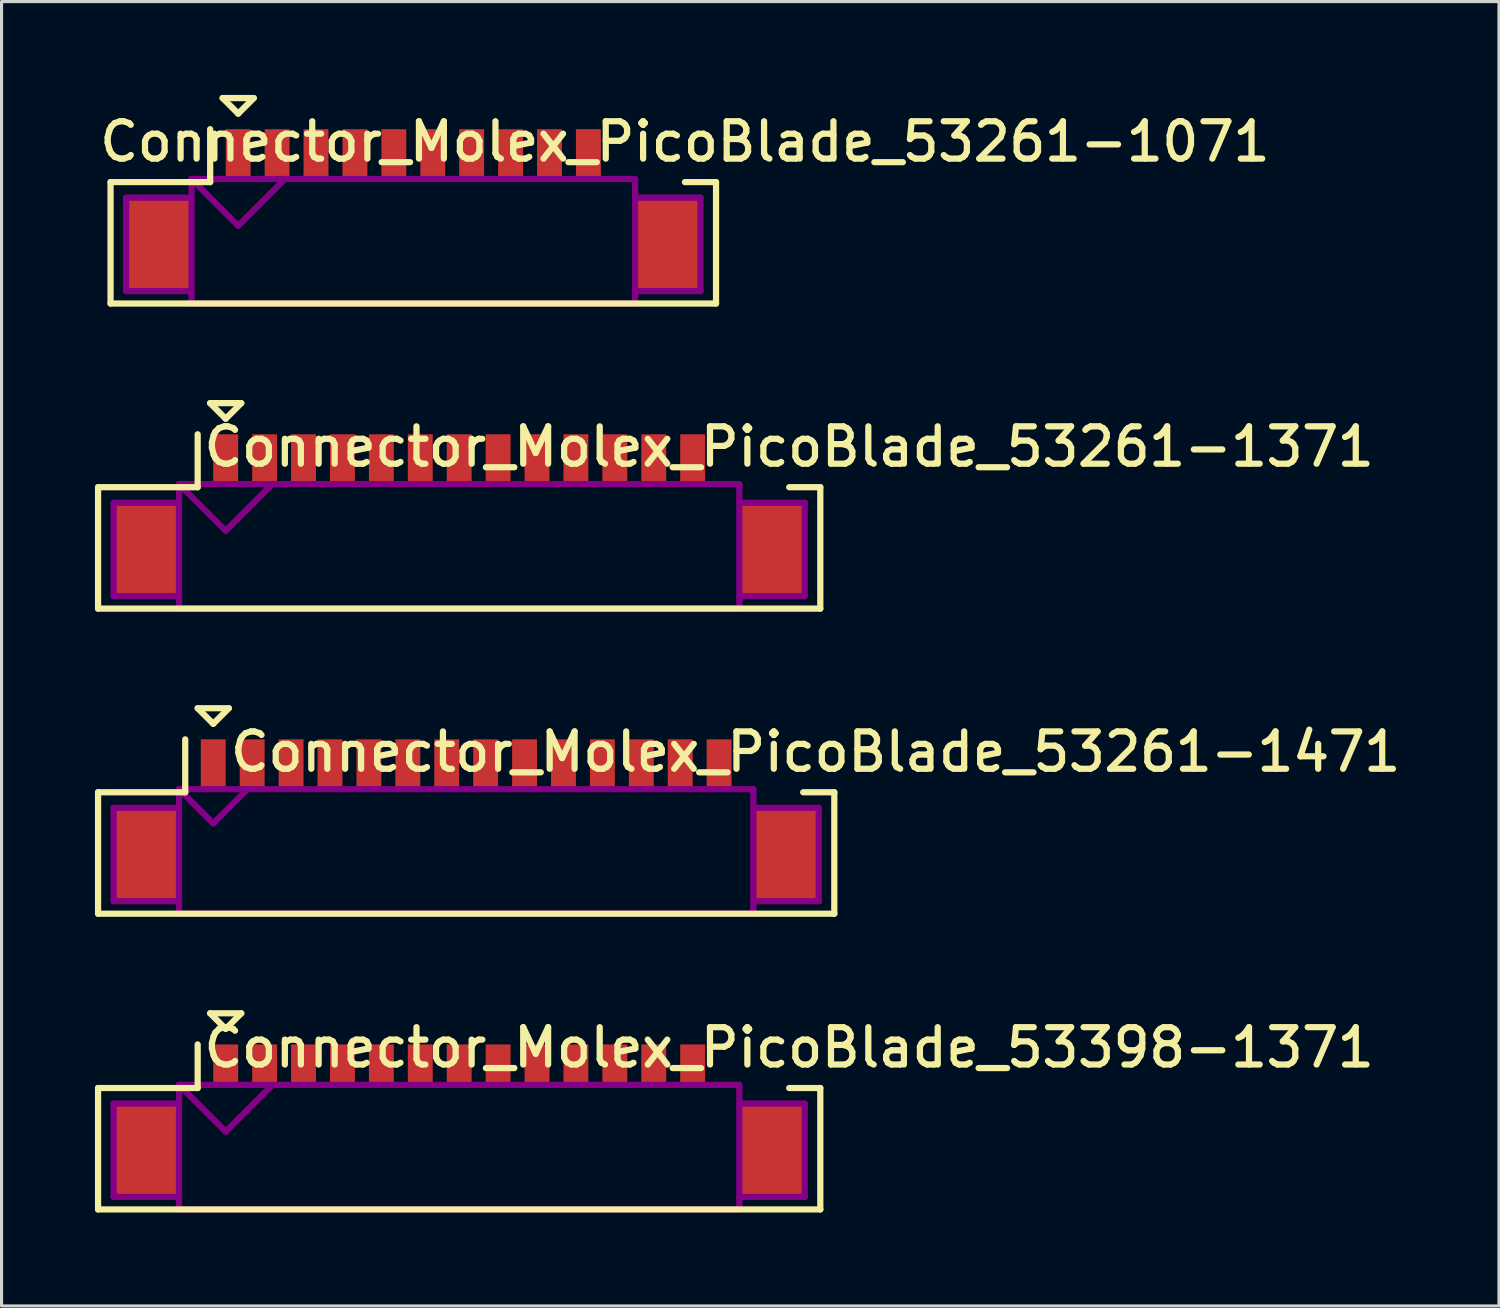
<source format=kicad_pcb>
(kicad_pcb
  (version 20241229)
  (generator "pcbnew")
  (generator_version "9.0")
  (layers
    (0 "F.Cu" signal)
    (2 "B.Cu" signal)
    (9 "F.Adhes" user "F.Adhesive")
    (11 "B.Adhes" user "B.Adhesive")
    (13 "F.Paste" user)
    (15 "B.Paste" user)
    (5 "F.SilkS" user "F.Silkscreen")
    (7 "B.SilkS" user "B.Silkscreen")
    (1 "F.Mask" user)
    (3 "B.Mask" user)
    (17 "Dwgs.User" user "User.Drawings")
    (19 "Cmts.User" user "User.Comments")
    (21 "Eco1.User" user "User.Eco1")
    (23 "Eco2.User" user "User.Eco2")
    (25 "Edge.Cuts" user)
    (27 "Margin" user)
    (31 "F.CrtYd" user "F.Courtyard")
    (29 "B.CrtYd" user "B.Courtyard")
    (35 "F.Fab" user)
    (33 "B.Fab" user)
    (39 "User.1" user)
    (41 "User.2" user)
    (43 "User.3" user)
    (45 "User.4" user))
  (footprint "Connector_Molex_PicoBlade_53261-1071"
    (layer "F.Cu")
    (at 10.226 4.8)
    (property "Reference" "Connector_Molex_PicoBlade_53261-1071" (at 8.725 -3.3 0) (layer "F.SilkS") (effects (font (size 1.2 1.2) (thickness 0.2))))
    (attr through_hole)
    (fp_line (start -9.725 -2) (end -9.725 1.9) (stroke (width 0.2) (type solid)) (layer "F.SilkS"))
    (fp_line (start -9.725 1.9) (end 9.725 1.9) (stroke (width 0.2) (type solid)) (layer "F.SilkS"))
    (fp_line (start -6.525 -3.7) (end -6.525 -2) (stroke (width 0.2) (type solid)) (layer "F.SilkS"))
    (fp_line (start -6.525 -2) (end -9.725 -2) (stroke (width 0.2) (type solid)) (layer "F.SilkS"))
    (fp_line (start -6.125 -4.7) (end -5.125 -4.7) (stroke (width 0.2) (type solid)) (layer "F.SilkS"))
    (fp_line (start -5.625 -4.2) (end -6.125 -4.7) (stroke (width 0.2) (type solid)) (layer "F.SilkS"))
    (fp_line (start -5.125 -4.7) (end -5.625 -4.2) (stroke (width 0.2) (type solid)) (layer "F.SilkS"))
    (fp_line (start 9.725 -2) (end 8.725 -2) (stroke (width 0.2) (type solid)) (layer "F.SilkS"))
    (fp_line (start 9.725 1.9) (end 9.725 -2) (stroke (width 0.2) (type solid)) (layer "F.SilkS"))
    (fp_line (start -9.225 -1.5) (end -9.225 1.5) (stroke (width 0.2) (type solid)) (layer "F.Adhes"))
    (fp_line (start -9.225 1.5) (end -7.125 1.5) (stroke (width 0.2) (type solid)) (layer "F.Adhes"))
    (fp_line (start -7.125 -2.1) (end -7.125 1.9) (stroke (width 0.2) (type solid)) (layer "F.Adhes"))
    (fp_line (start -7.125 -2.1) (end -5.625 -0.6) (stroke (width 0.2) (type solid)) (layer "F.Adhes"))
    (fp_line (start -7.125 -1.5) (end -9.225 -1.5) (stroke (width 0.2) (type solid)) (layer "F.Adhes"))
    (fp_line (start -7.125 1.9) (end 7.125 1.9) (stroke (width 0.2) (type solid)) (layer "F.Adhes"))
    (fp_line (start -5.625 -0.6) (end -4.125 -2.1) (stroke (width 0.2) (type solid)) (layer "F.Adhes"))
    (fp_line (start 7.125 -2.1) (end -7.125 -2.1) (stroke (width 0.2) (type solid)) (layer "F.Adhes"))
    (fp_line (start 7.125 -1.5) (end 9.225 -1.5) (stroke (width 0.2) (type solid)) (layer "F.Adhes"))
    (fp_line (start 7.125 1.9) (end 7.125 -2.1) (stroke (width 0.2) (type solid)) (layer "F.Adhes"))
    (fp_line (start 9.225 -1.5) (end 9.225 1.5) (stroke (width 0.2) (type solid)) (layer "F.Adhes"))
    (fp_line (start 9.225 1.5) (end 7.125 1.5) (stroke (width 0.2) (type solid)) (layer "F.Adhes"))
    (pad "" smd rect (at -8.175 0) (size 2.1 3) (layers "F.Cu" "F.Mask" "F.Paste"))
    (pad "" smd rect (at 8.175 0) (size 2.1 3) (layers "F.Cu" "F.Mask" "F.Paste"))
    (pad "1" smd rect (at -5.625 -2.9) (size 0.8 1.6) (layers "F.Cu" "F.Mask" "F.Paste"))
    (pad "2" smd rect (at -4.375 -2.9) (size 0.8 1.6) (layers "F.Cu" "F.Mask" "F.Paste"))
    (pad "3" smd rect (at -3.125 -2.9) (size 0.8 1.6) (layers "F.Cu" "F.Mask" "F.Paste"))
    (pad "4" smd rect (at -1.875 -2.9) (size 0.8 1.6) (layers "F.Cu" "F.Mask" "F.Paste"))
    (pad "5" smd rect (at -0.625 -2.9) (size 0.8 1.6) (layers "F.Cu" "F.Mask" "F.Paste"))
    (pad "6" smd rect (at 0.625 -2.9) (size 0.8 1.6) (layers "F.Cu" "F.Mask" "F.Paste"))
    (pad "7" smd rect (at 1.875 -2.9) (size 0.8 1.6) (layers "F.Cu" "F.Mask" "F.Paste"))
    (pad "8" smd rect (at 3.125 -2.9) (size 0.8 1.6) (layers "F.Cu" "F.Mask" "F.Paste"))
    (pad "9" smd rect (at 4.375 -2.9) (size 0.8 1.6) (layers "F.Cu" "F.Mask" "F.Paste"))
    (pad "10" smd rect (at 5.625 -2.9) (size 0.8 1.6) (layers "F.Cu" "F.Mask" "F.Paste")))
  (footprint "Connector_Molex_PicoBlade_53261-1471"
    (layer "F.Cu")
    (at 11.925 24.4)
    (property "Reference" "Connector_Molex_PicoBlade_53261-1471" (at 11.225 -3.3 0) (layer "F.SilkS") (effects (font (size 1.2 1.2) (thickness 0.2))))
    (attr through_hole)
    (fp_line (start -11.825 -2) (end -11.825 1.9) (stroke (width 0.2) (type solid)) (layer "F.SilkS"))
    (fp_line (start -11.825 1.9) (end 11.825 1.9) (stroke (width 0.2) (type solid)) (layer "F.SilkS"))
    (fp_line (start -9.025 -3.7) (end -9.025 -2) (stroke (width 0.2) (type solid)) (layer "F.SilkS"))
    (fp_line (start -9.025 -2) (end -11.825 -2) (stroke (width 0.2) (type solid)) (layer "F.SilkS"))
    (fp_line (start -8.625 -4.7) (end -7.625 -4.7) (stroke (width 0.2) (type solid)) (layer "F.SilkS"))
    (fp_line (start -8.125 -4.2) (end -8.625 -4.7) (stroke (width 0.2) (type solid)) (layer "F.SilkS"))
    (fp_line (start -7.625 -4.7) (end -8.125 -4.2) (stroke (width 0.2) (type solid)) (layer "F.SilkS"))
    (fp_line (start 11.825 -2) (end 10.825 -2) (stroke (width 0.2) (type solid)) (layer "F.SilkS"))
    (fp_line (start 11.825 1.9) (end 11.825 -2) (stroke (width 0.2) (type solid)) (layer "F.SilkS"))
    (fp_line (start -11.325 -1.5) (end -11.325 1.5) (stroke (width 0.2) (type solid)) (layer "F.Adhes"))
    (fp_line (start -11.325 1.5) (end -9.225 1.5) (stroke (width 0.2) (type solid)) (layer "F.Adhes"))
    (fp_line (start -9.225 -2.1) (end -9.225 1.9) (stroke (width 0.2) (type solid)) (layer "F.Adhes"))
    (fp_line (start -9.225 -2.1) (end -8.125 -1) (stroke (width 0.2) (type solid)) (layer "F.Adhes"))
    (fp_line (start -9.225 -1.5) (end -11.325 -1.5) (stroke (width 0.2) (type solid)) (layer "F.Adhes"))
    (fp_line (start -9.225 1.9) (end 9.225 1.9) (stroke (width 0.2) (type solid)) (layer "F.Adhes"))
    (fp_line (start -8.125 -1) (end -7.025 -2.1) (stroke (width 0.2) (type solid)) (layer "F.Adhes"))
    (fp_line (start 9.225 -2.1) (end -9.225 -2.1) (stroke (width 0.2) (type solid)) (layer "F.Adhes"))
    (fp_line (start 9.225 -1.5) (end 11.325 -1.5) (stroke (width 0.2) (type solid)) (layer "F.Adhes"))
    (fp_line (start 9.225 1.9) (end 9.225 -2.1) (stroke (width 0.2) (type solid)) (layer "F.Adhes"))
    (fp_line (start 11.325 -1.5) (end 11.325 1.5) (stroke (width 0.2) (type solid)) (layer "F.Adhes"))
    (fp_line (start 11.325 1.5) (end 9.225 1.5) (stroke (width 0.2) (type solid)) (layer "F.Adhes"))
    (pad "" smd rect (at -10.275 0) (size 2.1 3) (layers "F.Cu" "F.Mask"))
    (pad "" smd rect (at 10.275 0) (size 2.1 3) (layers "F.Cu" "F.Mask"))
    (pad "1" smd rect (at -8.125 -2.9) (size 0.8 1.6) (layers "F.Cu" "F.Mask"))
    (pad "2" smd rect (at -6.875 -2.9) (size 0.8 1.6) (layers "F.Cu" "F.Mask"))
    (pad "3" smd rect (at -5.625 -2.9) (size 0.8 1.6) (layers "F.Cu" "F.Mask"))
    (pad "4" smd rect (at -4.375 -2.9) (size 0.8 1.6) (layers "F.Cu" "F.Mask"))
    (pad "5" smd rect (at -3.125 -2.9) (size 0.8 1.6) (layers "F.Cu" "F.Mask"))
    (pad "6" smd rect (at -1.875 -2.9) (size 0.8 1.6) (layers "F.Cu" "F.Mask"))
    (pad "7" smd rect (at -0.625 -2.9) (size 0.8 1.6) (layers "F.Cu" "F.Mask"))
    (pad "8" smd rect (at 0.625 -2.9) (size 0.8 1.6) (layers "F.Cu" "F.Mask"))
    (pad "9" smd rect (at 1.875 -2.9) (size 0.8 1.6) (layers "F.Cu" "F.Mask"))
    (pad "10" smd rect (at 3.125 -2.9) (size 0.8 1.6) (layers "F.Cu" "F.Mask"))
    (pad "11" smd rect (at 4.375 -2.9) (size 0.8 1.6) (layers "F.Cu" "F.Mask"))
    (pad "12" smd rect (at 5.625 -2.9) (size 0.8 1.6) (layers "F.Cu" "F.Mask"))
    (pad "13" smd rect (at 6.875 -2.9) (size 0.8 1.6) (layers "F.Cu" "F.Mask"))
    (pad "14" smd rect (at 8.125 -2.9) (size 0.8 1.6) (layers "F.Cu" "F.Mask")))
  (footprint "Connector_Molex_PicoBlade_53261-1371"
    (layer "F.Cu")
    (at 11.7 14.6)
    (property "Reference" "Connector_Molex_PicoBlade_53261-1371" (at 10.6 -3.3 0) (layer "F.SilkS") (effects (font (size 1.2 1.2) (thickness 0.2))))
    (attr through_hole)
    (fp_line (start -11.6 -2) (end -11.6 1.9) (stroke (width 0.2) (type solid)) (layer "F.SilkS"))
    (fp_line (start -11.6 1.9) (end 11.6 1.9) (stroke (width 0.2) (type solid)) (layer "F.SilkS"))
    (fp_line (start -8.4 -3.7) (end -8.4 -2) (stroke (width 0.2) (type solid)) (layer "F.SilkS"))
    (fp_line (start -8.4 -2) (end -11.6 -2) (stroke (width 0.2) (type solid)) (layer "F.SilkS"))
    (fp_line (start -8 -4.7) (end -7 -4.7) (stroke (width 0.2) (type solid)) (layer "F.SilkS"))
    (fp_line (start -7.5 -4.2) (end -8 -4.7) (stroke (width 0.2) (type solid)) (layer "F.SilkS"))
    (fp_line (start -7 -4.7) (end -7.5 -4.2) (stroke (width 0.2) (type solid)) (layer "F.SilkS"))
    (fp_line (start 11.6 -2) (end 10.6 -2) (stroke (width 0.2) (type solid)) (layer "F.SilkS"))
    (fp_line (start 11.6 1.9) (end 11.6 -2) (stroke (width 0.2) (type solid)) (layer "F.SilkS"))
    (fp_line (start -11.1 -1.5) (end -11.1 1.5) (stroke (width 0.2) (type solid)) (layer "F.Adhes"))
    (fp_line (start -11.1 1.5) (end -9 1.5) (stroke (width 0.2) (type solid)) (layer "F.Adhes"))
    (fp_line (start -9 -2.1) (end -9 1.9) (stroke (width 0.2) (type solid)) (layer "F.Adhes"))
    (fp_line (start -9 -2.1) (end -7.5 -0.6) (stroke (width 0.2) (type solid)) (layer "F.Adhes"))
    (fp_line (start -9 -1.5) (end -11.1 -1.5) (stroke (width 0.2) (type solid)) (layer "F.Adhes"))
    (fp_line (start -9 1.9) (end 9 1.9) (stroke (width 0.2) (type solid)) (layer "F.Adhes"))
    (fp_line (start -7.5 -0.6) (end -6 -2.1) (stroke (width 0.2) (type solid)) (layer "F.Adhes"))
    (fp_line (start 9 -2.1) (end -9 -2.1) (stroke (width 0.2) (type solid)) (layer "F.Adhes"))
    (fp_line (start 9 -1.5) (end 11.1 -1.5) (stroke (width 0.2) (type solid)) (layer "F.Adhes"))
    (fp_line (start 9 1.9) (end 9 -2.1) (stroke (width 0.2) (type solid)) (layer "F.Adhes"))
    (fp_line (start 11.1 -1.5) (end 11.1 1.5) (stroke (width 0.2) (type solid)) (layer "F.Adhes"))
    (fp_line (start 11.1 1.5) (end 9 1.5) (stroke (width 0.2) (type solid)) (layer "F.Adhes"))
    (pad "" smd rect (at -10.05 0) (size 2.1 3) (layers "F.Cu" "F.Mask" "F.Paste"))
    (pad "" smd rect (at 10.05 0) (size 2.1 3) (layers "F.Cu" "F.Mask" "F.Paste"))
    (pad "1" smd rect (at -7.5 -2.9) (size 0.8 1.6) (layers "F.Cu" "F.Mask" "F.Paste"))
    (pad "2" smd rect (at -6.25 -2.9) (size 0.8 1.6) (layers "F.Cu" "F.Mask" "F.Paste"))
    (pad "3" smd rect (at -5 -2.9) (size 0.8 1.6) (layers "F.Cu" "F.Mask" "F.Paste"))
    (pad "4" smd rect (at -3.75 -2.9) (size 0.8 1.6) (layers "F.Cu" "F.Mask" "F.Paste"))
    (pad "5" smd rect (at -2.5 -2.9) (size 0.8 1.6) (layers "F.Cu" "F.Mask" "F.Paste"))
    (pad "6" smd rect (at -1.25 -2.9) (size 0.8 1.6) (layers "F.Cu" "F.Mask" "F.Paste"))
    (pad "7" smd rect (at 0 -2.9) (size 0.8 1.6) (layers "F.Cu" "F.Mask" "F.Paste"))
    (pad "8" smd rect (at 1.25 -2.9) (size 0.8 1.6) (layers "F.Cu" "F.Mask" "F.Paste"))
    (pad "9" smd rect (at 2.5 -2.9) (size 0.8 1.6) (layers "F.Cu" "F.Mask" "F.Paste"))
    (pad "10" smd rect (at 3.75 -2.9) (size 0.8 1.6) (layers "F.Cu" "F.Mask" "F.Paste"))
    (pad "11" smd rect (at 5 -2.9) (size 0.8 1.6) (layers "F.Cu" "F.Mask" "F.Paste"))
    (pad "12" smd rect (at 6.25 -2.9) (size 0.8 1.6) (layers "F.Cu" "F.Mask" "F.Paste"))
    (pad "13" smd rect (at 7.5 -2.9) (size 0.8 1.6) (layers "F.Cu" "F.Mask" "F.Paste")))
  (footprint "Connector_Molex_PicoBlade_53398-1371"
    (layer "F.Cu")
    (at 11.7 33.9)
    (property "Reference" "Connector_Molex_PicoBlade_53398-1371" (at 10.6 -3.3 0) (layer "F.SilkS") (effects (font (size 1.2 1.2) (thickness 0.2))))
    (attr through_hole)
    (fp_line (start -11.6 -2) (end -11.6 1.9) (stroke (width 0.2) (type solid)) (layer "F.SilkS"))
    (fp_line (start -11.6 1.9) (end 11.6 1.9) (stroke (width 0.2) (type solid)) (layer "F.SilkS"))
    (fp_line (start -8.4 -3.4) (end -8.4 -2) (stroke (width 0.2) (type solid)) (layer "F.SilkS"))
    (fp_line (start -8.4 -2) (end -11.6 -2) (stroke (width 0.2) (type solid)) (layer "F.SilkS"))
    (fp_line (start -8 -4.4) (end -7 -4.4) (stroke (width 0.2) (type solid)) (layer "F.SilkS"))
    (fp_line (start -7.5 -3.9) (end -8 -4.4) (stroke (width 0.2) (type solid)) (layer "F.SilkS"))
    (fp_line (start -7 -4.4) (end -7.5 -3.9) (stroke (width 0.2) (type solid)) (layer "F.SilkS"))
    (fp_line (start 11.6 -2) (end 10.6 -2) (stroke (width 0.2) (type solid)) (layer "F.SilkS"))
    (fp_line (start 11.6 1.9) (end 11.6 -2) (stroke (width 0.2) (type solid)) (layer "F.SilkS"))
    (fp_line (start -11.1 -1.5) (end -11.1 1.5) (stroke (width 0.2) (type solid)) (layer "F.Adhes"))
    (fp_line (start -11.1 1.5) (end -9 1.5) (stroke (width 0.2) (type solid)) (layer "F.Adhes"))
    (fp_line (start -9 -2.1) (end -9 1.9) (stroke (width 0.2) (type solid)) (layer "F.Adhes"))
    (fp_line (start -9 -2.1) (end -7.5 -0.6) (stroke (width 0.2) (type solid)) (layer "F.Adhes"))
    (fp_line (start -9 -1.5) (end -11.1 -1.5) (stroke (width 0.2) (type solid)) (layer "F.Adhes"))
    (fp_line (start -9 1.9) (end 9 1.9) (stroke (width 0.2) (type solid)) (layer "F.Adhes"))
    (fp_line (start -7.5 -0.6) (end -6 -2.1) (stroke (width 0.2) (type solid)) (layer "F.Adhes"))
    (fp_line (start 9 -2.1) (end -9 -2.1) (stroke (width 0.2) (type solid)) (layer "F.Adhes"))
    (fp_line (start 9 -1.5) (end 11.1 -1.5) (stroke (width 0.2) (type solid)) (layer "F.Adhes"))
    (fp_line (start 9 1.9) (end 9 -2.1) (stroke (width 0.2) (type solid)) (layer "F.Adhes"))
    (fp_line (start 11.1 -1.5) (end 11.1 1.5) (stroke (width 0.2) (type solid)) (layer "F.Adhes"))
    (fp_line (start 11.1 1.5) (end 9 1.5) (stroke (width 0.2) (type solid)) (layer "F.Adhes"))
    (pad "" smd rect (at -10.05 0) (size 2.1 3) (layers "F.Cu" "F.Mask"))
    (pad "" smd rect (at 10.05 0) (size 2.1 3) (layers "F.Cu" "F.Mask"))
    (pad "1" smd rect (at -7.5 -2.75) (size 0.8 1.3) (layers "F.Cu" "F.Mask"))
    (pad "2" smd rect (at -6.25 -2.75) (size 0.8 1.3) (layers "F.Cu" "F.Mask"))
    (pad "3" smd rect (at -5 -2.75) (size 0.8 1.3) (layers "F.Cu" "F.Mask"))
    (pad "4" smd rect (at -3.75 -2.75) (size 0.8 1.3) (layers "F.Cu" "F.Mask"))
    (pad "5" smd rect (at -2.5 -2.75) (size 0.8 1.3) (layers "F.Cu" "F.Mask"))
    (pad "6" smd rect (at -1.25 -2.75) (size 0.8 1.3) (layers "F.Cu" "F.Mask"))
    (pad "7" smd rect (at 0 -2.75) (size 0.8 1.3) (layers "F.Cu" "F.Mask"))
    (pad "8" smd rect (at 1.25 -2.75) (size 0.8 1.3) (layers "F.Cu" "F.Mask"))
    (pad "9" smd rect (at 2.5 -2.75) (size 0.8 1.3) (layers "F.Cu" "F.Mask"))
    (pad "10" smd rect (at 3.75 -2.75) (size 0.8 1.3) (layers "F.Cu" "F.Mask"))
    (pad "11" smd rect (at 5 -2.75) (size 0.8 1.3) (layers "F.Cu" "F.Mask"))
    (pad "12" smd rect (at 6.25 -2.75) (size 0.8 1.3) (layers "F.Cu" "F.Mask"))
    (pad "13" smd rect (at 7.5 -2.75) (size 0.8 1.3) (layers "F.Cu" "F.Mask")))
  (gr_rect
    (start -3 -3)
    (end 45.101 38.9)
    (stroke (width 0.1) (type default))
    (fill no)
    (layer "Edge.Cuts")))
</source>
